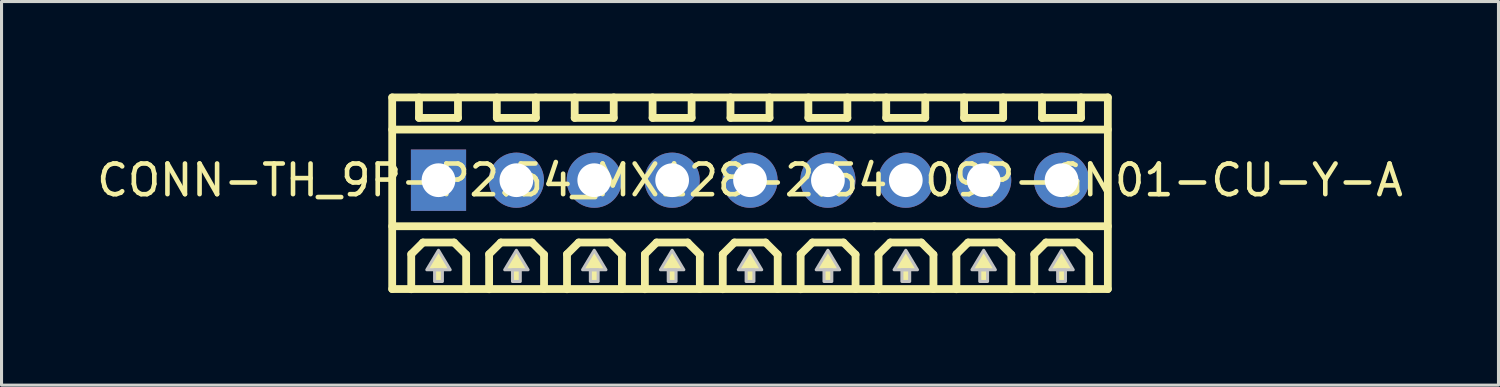
<source format=kicad_pcb>
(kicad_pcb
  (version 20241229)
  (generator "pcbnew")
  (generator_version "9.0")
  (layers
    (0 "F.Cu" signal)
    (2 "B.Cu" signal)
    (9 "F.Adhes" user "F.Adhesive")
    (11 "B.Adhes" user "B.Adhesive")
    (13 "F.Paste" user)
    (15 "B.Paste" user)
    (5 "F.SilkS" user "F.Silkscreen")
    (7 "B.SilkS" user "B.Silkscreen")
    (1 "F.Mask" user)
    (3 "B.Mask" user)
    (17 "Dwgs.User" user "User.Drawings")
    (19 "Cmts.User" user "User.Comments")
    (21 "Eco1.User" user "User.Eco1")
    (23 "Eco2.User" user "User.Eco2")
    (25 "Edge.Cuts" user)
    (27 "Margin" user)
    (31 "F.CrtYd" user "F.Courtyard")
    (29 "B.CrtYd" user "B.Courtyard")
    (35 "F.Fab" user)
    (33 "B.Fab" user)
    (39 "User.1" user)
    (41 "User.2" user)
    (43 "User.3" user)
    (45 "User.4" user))
  (footprint "CONN-TH_9P-P2.54_MX128-2.54-09P-GN01-CU-Y-A"
    (layer "F.Cu")
    (at 21.411 2.827)
    (property "Reference" "CONN-TH_9P-P2.54_MX128-2.54-09P-GN01-CU-Y-A" (at 0 0 0) (layer "F.SilkS") (effects (font (size 1 1) (thickness 0.15))))
    (fp_line (start -11.67 -2.7) (end -11.67 3.55) (stroke (width 0.254) (type default)) (layer "F.SilkS"))
    (fp_line (start -11.67 -2.7) (end 4.05 -2.7) (stroke (width 0.254) (type default)) (layer "F.SilkS"))
    (fp_line (start -11.67 -1.651) (end 4.05 -1.651) (stroke (width 0.254) (type default)) (layer "F.SilkS"))
    (fp_line (start -11.67 1.502) (end 4.05 1.502) (stroke (width 0.254) (type default)) (layer "F.SilkS"))
    (fp_line (start -11.67 3.55) (end 4.05 3.55) (stroke (width 0.254) (type default)) (layer "F.SilkS"))
    (fp_line (start -11.049 2.413) (end -10.668 2.032) (stroke (width 0.254) (type default)) (layer "F.SilkS"))
    (fp_line (start -11.049 3.556) (end -11.049 2.413) (stroke (width 0.254) (type default)) (layer "F.SilkS"))
    (fp_line (start -10.797 -2.7) (end -10.797 -2.032) (stroke (width 0.254) (type default)) (layer "F.SilkS"))
    (fp_line (start -10.797 -2.032) (end -9.525 -2.032) (stroke (width 0.254) (type default)) (layer "F.SilkS"))
    (fp_line (start -10.668 2.032) (end -9.652 2.032) (stroke (width 0.254) (type default)) (layer "F.SilkS"))
    (fp_line (start -9.652 2.032) (end -9.258 2.426) (stroke (width 0.254) (type default)) (layer "F.SilkS"))
    (fp_line (start -9.525 -2.032) (end -9.525 -2.7) (stroke (width 0.254) (type default)) (layer "F.SilkS"))
    (fp_line (start -9.258 2.426) (end -9.258 3.55) (stroke (width 0.254) (type default)) (layer "F.SilkS"))
    (fp_line (start -8.509 2.413) (end -8.128 2.032) (stroke (width 0.254) (type default)) (layer "F.SilkS"))
    (fp_line (start -8.509 3.556) (end -8.509 2.413) (stroke (width 0.254) (type default)) (layer "F.SilkS"))
    (fp_line (start -8.258 -2.7) (end -8.258 -2.032) (stroke (width 0.254) (type default)) (layer "F.SilkS"))
    (fp_line (start -8.258 -2.032) (end -6.985 -2.032) (stroke (width 0.254) (type default)) (layer "F.SilkS"))
    (fp_line (start -8.128 2.032) (end -7.112 2.032) (stroke (width 0.254) (type default)) (layer "F.SilkS"))
    (fp_line (start -7.112 2.032) (end -6.718 2.426) (stroke (width 0.254) (type default)) (layer "F.SilkS"))
    (fp_line (start -6.985 -2.032) (end -6.985 -2.7) (stroke (width 0.254) (type default)) (layer "F.SilkS"))
    (fp_line (start -6.718 2.426) (end -6.718 3.55) (stroke (width 0.254) (type default)) (layer "F.SilkS"))
    (fp_line (start -5.969 2.413) (end -5.588 2.032) (stroke (width 0.254) (type default)) (layer "F.SilkS"))
    (fp_line (start -5.969 3.556) (end -5.969 2.413) (stroke (width 0.254) (type default)) (layer "F.SilkS"))
    (fp_line (start -5.718 -2.7) (end -5.718 -2.032) (stroke (width 0.254) (type default)) (layer "F.SilkS"))
    (fp_line (start -5.718 -2.032) (end -4.445 -2.032) (stroke (width 0.254) (type default)) (layer "F.SilkS"))
    (fp_line (start -5.588 2.032) (end -4.572 2.032) (stroke (width 0.254) (type default)) (layer "F.SilkS"))
    (fp_line (start -4.572 2.032) (end -4.178 2.426) (stroke (width 0.254) (type default)) (layer "F.SilkS"))
    (fp_line (start -4.445 -2.032) (end -4.445 -2.7) (stroke (width 0.254) (type default)) (layer "F.SilkS"))
    (fp_line (start -4.178 2.426) (end -4.178 3.55) (stroke (width 0.254) (type default)) (layer "F.SilkS"))
    (fp_line (start -3.429 2.413) (end -3.048 2.032) (stroke (width 0.254) (type default)) (layer "F.SilkS"))
    (fp_line (start -3.429 3.556) (end -3.429 2.413) (stroke (width 0.254) (type default)) (layer "F.SilkS"))
    (fp_line (start -3.178 -2.7) (end -3.178 -2.032) (stroke (width 0.254) (type default)) (layer "F.SilkS"))
    (fp_line (start -3.178 -2.032) (end -1.905 -2.032) (stroke (width 0.254) (type default)) (layer "F.SilkS"))
    (fp_line (start -3.048 2.032) (end -2.032 2.032) (stroke (width 0.254) (type default)) (layer "F.SilkS"))
    (fp_line (start -2.032 2.032) (end -1.637 2.426) (stroke (width 0.254) (type default)) (layer "F.SilkS"))
    (fp_line (start -1.905 -2.032) (end -1.905 -2.7) (stroke (width 0.254) (type default)) (layer "F.SilkS"))
    (fp_line (start -1.637 2.426) (end -1.637 3.55) (stroke (width 0.254) (type default)) (layer "F.SilkS"))
    (fp_line (start -0.889 2.413) (end -0.508 2.032) (stroke (width 0.254) (type default)) (layer "F.SilkS"))
    (fp_line (start -0.889 3.556) (end -0.889 2.413) (stroke (width 0.254) (type default)) (layer "F.SilkS"))
    (fp_line (start -0.637 -2.7) (end -0.637 -2.032) (stroke (width 0.254) (type default)) (layer "F.SilkS"))
    (fp_line (start -0.637 -2.032) (end 0.635 -2.032) (stroke (width 0.254) (type default)) (layer "F.SilkS"))
    (fp_line (start -0.508 2.032) (end 0.508 2.032) (stroke (width 0.254) (type default)) (layer "F.SilkS"))
    (fp_line (start 0.508 2.032) (end 0.902 2.426) (stroke (width 0.254) (type default)) (layer "F.SilkS"))
    (fp_line (start 0.635 -2.032) (end 0.635 -2.7) (stroke (width 0.254) (type default)) (layer "F.SilkS"))
    (fp_line (start 0.902 2.426) (end 0.902 3.55) (stroke (width 0.254) (type default)) (layer "F.SilkS"))
    (fp_line (start 1.651 2.413) (end 2.032 2.032) (stroke (width 0.254) (type default)) (layer "F.SilkS"))
    (fp_line (start 1.651 3.556) (end 1.651 2.413) (stroke (width 0.254) (type default)) (layer "F.SilkS"))
    (fp_line (start 1.903 -2.7) (end 1.903 -2.032) (stroke (width 0.254) (type default)) (layer "F.SilkS"))
    (fp_line (start 1.903 -2.032) (end 3.175 -2.032) (stroke (width 0.254) (type default)) (layer "F.SilkS"))
    (fp_line (start 2.032 2.032) (end 3.048 2.032) (stroke (width 0.254) (type default)) (layer "F.SilkS"))
    (fp_line (start 3.048 2.032) (end 3.442 2.426) (stroke (width 0.254) (type default)) (layer "F.SilkS"))
    (fp_line (start 3.175 -2.032) (end 3.175 -2.7) (stroke (width 0.254) (type default)) (layer "F.SilkS"))
    (fp_line (start 3.442 2.426) (end 3.442 3.55) (stroke (width 0.254) (type default)) (layer "F.SilkS"))
    (fp_line (start 4.05 -2.7) (end 11.67 -2.7) (stroke (width 0.254) (type default)) (layer "F.SilkS"))
    (fp_line (start 4.05 -1.651) (end 11.67 -1.651) (stroke (width 0.254) (type default)) (layer "F.SilkS"))
    (fp_line (start 4.05 1.502) (end 11.67 1.502) (stroke (width 0.254) (type default)) (layer "F.SilkS"))
    (fp_line (start 4.05 3.55) (end 11.67 3.55) (stroke (width 0.254) (type default)) (layer "F.SilkS"))
    (fp_line (start 4.191 2.413) (end 4.572 2.032) (stroke (width 0.254) (type default)) (layer "F.SilkS"))
    (fp_line (start 4.191 3.556) (end 4.191 2.413) (stroke (width 0.254) (type default)) (layer "F.SilkS"))
    (fp_line (start 4.442 -2.7) (end 4.442 -2.032) (stroke (width 0.254) (type default)) (layer "F.SilkS"))
    (fp_line (start 4.442 -2.032) (end 5.715 -2.032) (stroke (width 0.254) (type default)) (layer "F.SilkS"))
    (fp_line (start 4.572 2.032) (end 5.588 2.032) (stroke (width 0.254) (type default)) (layer "F.SilkS"))
    (fp_line (start 5.588 2.032) (end 5.982 2.426) (stroke (width 0.254) (type default)) (layer "F.SilkS"))
    (fp_line (start 5.715 -2.032) (end 5.715 -2.7) (stroke (width 0.254) (type default)) (layer "F.SilkS"))
    (fp_line (start 5.982 2.426) (end 5.982 3.55) (stroke (width 0.254) (type default)) (layer "F.SilkS"))
    (fp_line (start 6.731 2.413) (end 7.112 2.032) (stroke (width 0.254) (type default)) (layer "F.SilkS"))
    (fp_line (start 6.731 3.556) (end 6.731 2.413) (stroke (width 0.254) (type default)) (layer "F.SilkS"))
    (fp_line (start 6.982 -2.7) (end 6.982 -2.032) (stroke (width 0.254) (type default)) (layer "F.SilkS"))
    (fp_line (start 6.982 -2.032) (end 8.255 -2.032) (stroke (width 0.254) (type default)) (layer "F.SilkS"))
    (fp_line (start 7.112 2.032) (end 8.128 2.032) (stroke (width 0.254) (type default)) (layer "F.SilkS"))
    (fp_line (start 8.128 2.032) (end 8.523 2.426) (stroke (width 0.254) (type default)) (layer "F.SilkS"))
    (fp_line (start 8.255 -2.032) (end 8.255 -2.7) (stroke (width 0.254) (type default)) (layer "F.SilkS"))
    (fp_line (start 8.523 2.426) (end 8.523 3.55) (stroke (width 0.254) (type default)) (layer "F.SilkS"))
    (fp_line (start 9.271 2.413) (end 9.652 2.032) (stroke (width 0.254) (type default)) (layer "F.SilkS"))
    (fp_line (start 9.271 3.556) (end 9.271 2.413) (stroke (width 0.254) (type default)) (layer "F.SilkS"))
    (fp_line (start 9.523 -2.7) (end 9.523 -2.032) (stroke (width 0.254) (type default)) (layer "F.SilkS"))
    (fp_line (start 9.523 -2.032) (end 10.795 -2.032) (stroke (width 0.254) (type default)) (layer "F.SilkS"))
    (fp_line (start 9.652 2.032) (end 10.668 2.032) (stroke (width 0.254) (type default)) (layer "F.SilkS"))
    (fp_line (start 10.668 2.032) (end 11.062 2.426) (stroke (width 0.254) (type default)) (layer "F.SilkS"))
    (fp_line (start 10.795 -2.032) (end 10.795 -2.7) (stroke (width 0.254) (type default)) (layer "F.SilkS"))
    (fp_line (start 11.062 2.426) (end 11.062 3.55) (stroke (width 0.254) (type default)) (layer "F.SilkS"))
    (fp_line (start 11.67 -2.7) (end 11.67 3.55) (stroke (width 0.254) (type default)) (layer "F.SilkS"))
    (fp_poly (pts (xy -10.541 2.921) (xy -9.779 2.921) (xy -10.16 2.286)) (stroke (width 0) (type default)) (fill yes) (layer "F.SilkS"))
    (fp_poly (pts (xy -8.001 2.921) (xy -7.239 2.921) (xy -7.62 2.286)) (stroke (width 0) (type default)) (fill yes) (layer "F.SilkS"))
    (fp_poly (pts (xy -5.461 2.921) (xy -4.699 2.921) (xy -5.08 2.286)) (stroke (width 0) (type default)) (fill yes) (layer "F.SilkS"))
    (fp_poly (pts (xy -2.921 2.921) (xy -2.159 2.921) (xy -2.54 2.286)) (stroke (width 0) (type default)) (fill yes) (layer "F.SilkS"))
    (fp_poly (pts (xy -0.381 2.921) (xy 0.381 2.921) (xy 0 2.286)) (stroke (width 0) (type default)) (fill yes) (layer "F.SilkS"))
    (fp_poly (pts (xy 2.159 2.921) (xy 2.921 2.921) (xy 2.54 2.286)) (stroke (width 0) (type default)) (fill yes) (layer "F.SilkS"))
    (fp_poly (pts (xy 4.699 2.921) (xy 5.461 2.921) (xy 5.08 2.286)) (stroke (width 0) (type default)) (fill yes) (layer "F.SilkS"))
    (fp_poly (pts (xy 7.239 2.921) (xy 8.001 2.921) (xy 7.62 2.286)) (stroke (width 0) (type default)) (fill yes) (layer "F.SilkS"))
    (fp_poly (pts (xy 9.779 2.921) (xy 10.541 2.921) (xy 10.16 2.286)) (stroke (width 0) (type default)) (fill yes) (layer "F.SilkS"))
    (fp_poly (pts (xy -10.287 2.921) (xy -10.287 3.302) (xy -10.033 3.302) (xy -10.033 2.921)) (stroke (width 0) (type default)) (fill yes) (layer "F.SilkS"))
    (fp_poly (pts (xy -7.747 2.921) (xy -7.747 3.302) (xy -7.493 3.302) (xy -7.493 2.921)) (stroke (width 0) (type default)) (fill yes) (layer "F.SilkS"))
    (fp_poly (pts (xy -5.207 2.921) (xy -5.207 3.302) (xy -4.953 3.302) (xy -4.953 2.921)) (stroke (width 0) (type default)) (fill yes) (layer "F.SilkS"))
    (fp_poly (pts (xy -2.667 2.921) (xy -2.667 3.302) (xy -2.413 3.302) (xy -2.413 2.921)) (stroke (width 0) (type default)) (fill yes) (layer "F.SilkS"))
    (fp_poly (pts (xy -0.127 2.921) (xy -0.127 3.302) (xy 0.127 3.302) (xy 0.127 2.921)) (stroke (width 0) (type default)) (fill yes) (layer "F.SilkS"))
    (fp_poly (pts (xy 2.413 2.921) (xy 2.413 3.302) (xy 2.667 3.302) (xy 2.667 2.921)) (stroke (width 0) (type default)) (fill yes) (layer "F.SilkS"))
    (fp_poly (pts (xy 4.953 2.921) (xy 4.953 3.302) (xy 5.207 3.302) (xy 5.207 2.921)) (stroke (width 0) (type default)) (fill yes) (layer "F.SilkS"))
    (fp_poly (pts (xy 7.493 2.921) (xy 7.493 3.302) (xy 7.747 3.302) (xy 7.747 2.921)) (stroke (width 0) (type default)) (fill yes) (layer "F.SilkS"))
    (fp_poly (pts (xy 10.033 2.921) (xy 10.033 3.302) (xy 10.287 3.302) (xy 10.287 2.921)) (stroke (width 0) (type default)) (fill yes) (layer "F.SilkS"))
    (fp_poly (pts (xy -10.541 2.921) (xy -9.779 2.921) (xy -10.16 2.286)) (stroke (width 0.1) (type default)) (fill no) (layer "Dwgs.User"))
    (fp_poly (pts (xy -8.001 2.921) (xy -7.239 2.921) (xy -7.62 2.286)) (stroke (width 0.1) (type default)) (fill no) (layer "Dwgs.User"))
    (fp_poly (pts (xy -5.461 2.921) (xy -4.699 2.921) (xy -5.08 2.286)) (stroke (width 0.1) (type default)) (fill no) (layer "Dwgs.User"))
    (fp_poly (pts (xy -2.921 2.921) (xy -2.159 2.921) (xy -2.54 2.286)) (stroke (width 0.1) (type default)) (fill no) (layer "Dwgs.User"))
    (fp_poly (pts (xy -0.381 2.921) (xy 0.381 2.921) (xy 0 2.286)) (stroke (width 0.1) (type default)) (fill no) (layer "Dwgs.User"))
    (fp_poly (pts (xy 2.159 2.921) (xy 2.921 2.921) (xy 2.54 2.286)) (stroke (width 0.1) (type default)) (fill no) (layer "Dwgs.User"))
    (fp_poly (pts (xy 4.699 2.921) (xy 5.461 2.921) (xy 5.08 2.286)) (stroke (width 0.1) (type default)) (fill no) (layer "Dwgs.User"))
    (fp_poly (pts (xy 7.239 2.921) (xy 8.001 2.921) (xy 7.62 2.286)) (stroke (width 0.1) (type default)) (fill no) (layer "Dwgs.User"))
    (fp_poly (pts (xy 9.779 2.921) (xy 10.541 2.921) (xy 10.16 2.286)) (stroke (width 0.1) (type default)) (fill no) (layer "Dwgs.User"))
    (fp_poly (pts (xy -10.287 2.921) (xy -10.287 3.302) (xy -10.033 3.302) (xy -10.033 2.921)) (stroke (width 0.1) (type default)) (fill no) (layer "Dwgs.User"))
    (fp_poly (pts (xy -7.747 2.921) (xy -7.747 3.302) (xy -7.493 3.302) (xy -7.493 2.921)) (stroke (width 0.1) (type default)) (fill no) (layer "Dwgs.User"))
    (fp_poly (pts (xy -5.207 2.921) (xy -5.207 3.302) (xy -4.953 3.302) (xy -4.953 2.921)) (stroke (width 0.1) (type default)) (fill no) (layer "Dwgs.User"))
    (fp_poly (pts (xy -2.667 2.921) (xy -2.667 3.302) (xy -2.413 3.302) (xy -2.413 2.921)) (stroke (width 0.1) (type default)) (fill no) (layer "Dwgs.User"))
    (fp_poly (pts (xy -0.127 2.921) (xy -0.127 3.302) (xy 0.127 3.302) (xy 0.127 2.921)) (stroke (width 0.1) (type default)) (fill no) (layer "Dwgs.User"))
    (fp_poly (pts (xy 2.413 2.921) (xy 2.413 3.302) (xy 2.667 3.302) (xy 2.667 2.921)) (stroke (width 0.1) (type default)) (fill no) (layer "Dwgs.User"))
    (fp_poly (pts (xy 4.953 2.921) (xy 4.953 3.302) (xy 5.207 3.302) (xy 5.207 2.921)) (stroke (width 0.1) (type default)) (fill no) (layer "Dwgs.User"))
    (fp_poly (pts (xy 7.493 2.921) (xy 7.493 3.302) (xy 7.747 3.302) (xy 7.747 2.921)) (stroke (width 0.1) (type default)) (fill no) (layer "Dwgs.User"))
    (fp_poly (pts (xy 10.033 2.921) (xy 10.033 3.302) (xy 10.287 3.302) (xy 10.287 2.921)) (stroke (width 0.1) (type default)) (fill no) (layer "Dwgs.User"))
    (fp_poly (pts (xy -10.41 -0.35) (xy -9.91 -0.35) (xy -9.91 0.35) (xy -10.41 0.35)) (stroke (width 0.1) (type default)) (fill no) (layer "User.1"))
    (fp_poly (pts (xy -7.97 -0.25) (xy -7.27 -0.25) (xy -7.27 0.25) (xy -7.97 0.25)) (stroke (width 0.1) (type default)) (fill no) (layer "User.1"))
    (fp_poly (pts (xy -5.43 -0.25) (xy -4.73 -0.25) (xy -4.73 0.25) (xy -5.43 0.25)) (stroke (width 0.1) (type default)) (fill no) (layer "User.1"))
    (fp_poly (pts (xy -2.89 -0.25) (xy -2.19 -0.25) (xy -2.19 0.25) (xy -2.89 0.25)) (stroke (width 0.1) (type default)) (fill no) (layer "User.1"))
    (fp_poly (pts (xy -0.35 -0.25) (xy 0.35 -0.25) (xy 0.35 0.25) (xy -0.35 0.25)) (stroke (width 0.1) (type default)) (fill no) (layer "User.1"))
    (fp_poly (pts (xy 2.19 -0.25) (xy 2.89 -0.25) (xy 2.89 0.25) (xy 2.19 0.25)) (stroke (width 0.1) (type default)) (fill no) (layer "User.1"))
    (fp_poly (pts (xy 4.73 -0.25) (xy 5.43 -0.25) (xy 5.43 0.25) (xy 4.73 0.25)) (stroke (width 0.1) (type default)) (fill no) (layer "User.1"))
    (fp_poly (pts (xy 7.27 -0.25) (xy 7.97 -0.25) (xy 7.97 0.25) (xy 7.27 0.25)) (stroke (width 0.1) (type default)) (fill no) (layer "User.1"))
    (fp_poly (pts (xy 9.81 -0.25) (xy 10.51 -0.25) (xy 10.51 0.25) (xy 9.81 0.25)) (stroke (width 0.1) (type default)) (fill no) (layer "User.1"))
    (fp_line (start -11.67 -2.7) (end 11.67 -2.7) (stroke (width 0.051) (type default)) (layer "User.2"))
    (fp_line (start -11.67 3.55) (end -11.67 -2.7) (stroke (width 0.051) (type default)) (layer "User.2"))
    (fp_line (start 11.67 -2.7) (end 11.67 3.55) (stroke (width 0.051) (type default)) (layer "User.2"))
    (fp_line (start 11.67 3.55) (end -11.67 3.55) (stroke (width 0.051) (type default)) (layer "User.2"))
    (fp_poly (pts (xy -11.615 3.527) (xy -11.647 3.495) (xy -11.693 3.495) (xy -11.725 3.527) (xy -11.725 3.573) (xy -11.693 3.605) (xy -11.647 3.605) (xy -11.615 3.573)) (stroke (width 0.1) (type default)) (fill no) (layer "User.3"))
    (pad "1" thru_hole rect (at -10.16 0) (size 1.8 2) (drill 1.1) (layers "*.Cu" "*.Mask"))
    (pad "2" thru_hole circle (at -7.62 0) (size 1.8 1.8) (drill 1.1) (layers "*.Cu" "*.Mask"))
    (pad "3" thru_hole circle (at -5.08 0) (size 1.8 1.8) (drill 1.1) (layers "*.Cu" "*.Mask"))
    (pad "4" thru_hole circle (at -2.54 0) (size 1.8 1.8) (drill 1.1) (layers "*.Cu" "*.Mask"))
    (pad "5" thru_hole circle (at 0 0) (size 1.8 1.8) (drill 1.1) (layers "*.Cu" "*.Mask"))
    (pad "6" thru_hole circle (at 2.54 0) (size 1.8 1.8) (drill 1.1) (layers "*.Cu" "*.Mask"))
    (pad "7" thru_hole circle (at 5.08 0) (size 1.8 1.8) (drill 1.1) (layers "*.Cu" "*.Mask"))
    (pad "8" thru_hole circle (at 7.62 0) (size 1.8 1.8) (drill 1.1) (layers "*.Cu" "*.Mask"))
    (pad "9" thru_hole circle (at 10.16 0) (size 1.8 1.8) (drill 1.1) (layers "*.Cu" "*.Mask")))
  (gr_rect
    (start -3 -3)
    (end 45.821 9.51)
    (stroke (width 0.1) (type default))
    (fill no)
    (layer "Edge.Cuts")))
</source>
